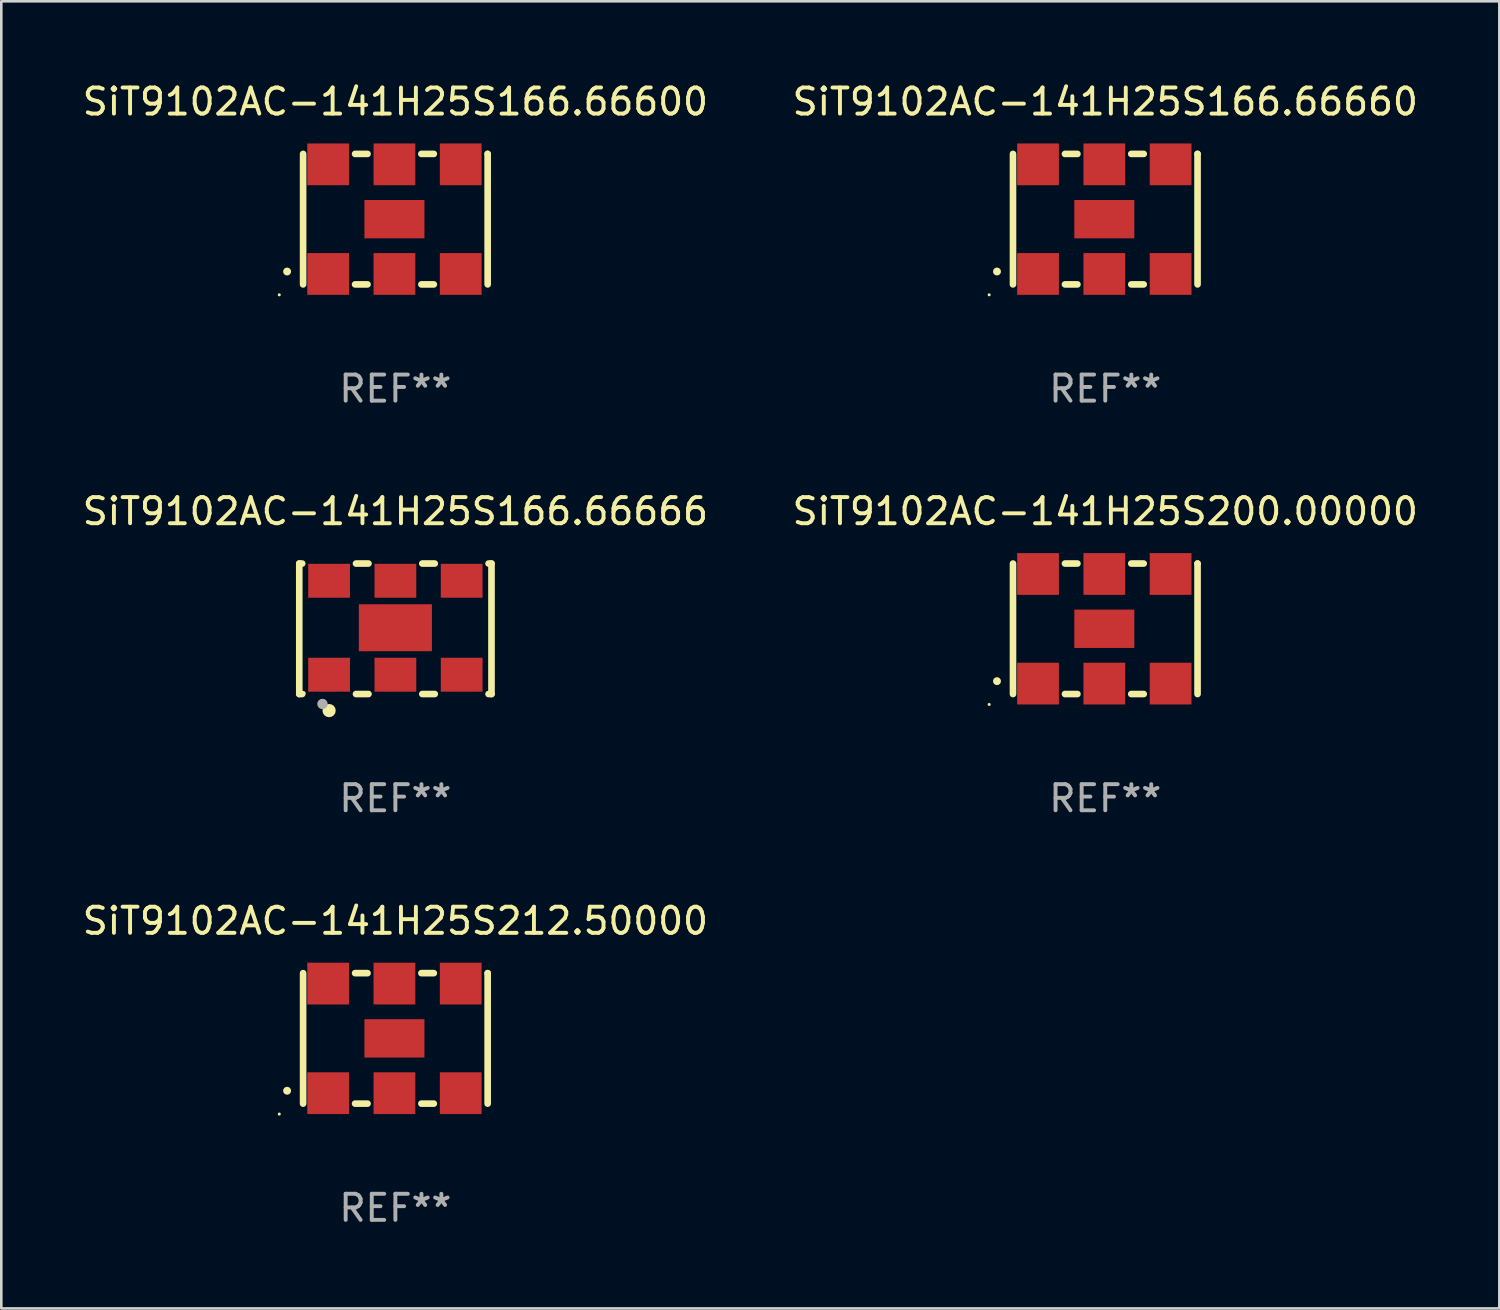
<source format=kicad_pcb>
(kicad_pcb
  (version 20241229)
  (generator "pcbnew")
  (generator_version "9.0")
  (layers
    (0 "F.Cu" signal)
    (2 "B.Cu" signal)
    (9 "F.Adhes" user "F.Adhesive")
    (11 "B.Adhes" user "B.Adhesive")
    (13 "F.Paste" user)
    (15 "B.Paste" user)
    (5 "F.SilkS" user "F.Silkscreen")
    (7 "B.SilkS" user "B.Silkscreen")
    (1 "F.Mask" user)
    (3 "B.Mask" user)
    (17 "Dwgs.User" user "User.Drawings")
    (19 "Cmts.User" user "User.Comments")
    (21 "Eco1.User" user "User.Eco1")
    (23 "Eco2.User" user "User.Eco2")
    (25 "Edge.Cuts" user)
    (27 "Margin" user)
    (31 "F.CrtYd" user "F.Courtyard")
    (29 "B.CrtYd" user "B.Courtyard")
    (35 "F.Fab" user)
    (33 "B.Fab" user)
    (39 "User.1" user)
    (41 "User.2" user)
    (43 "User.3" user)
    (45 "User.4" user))
  (footprint "SiT9102AC-141H25S166.66666"
    (layer "F.Cu")
    (at 12.101 21.045)
    (property "Reference" "SiT9102AC-141H25S166.66666" (at 0 -4.5 0) (layer "F.SilkS") (effects (font (size 1 1) (thickness 0.15))))
    (attr through_hole)
    (fp_line (start -3.683 -2.5) (end -3.571 -2.5) (stroke (width 0.254) (type solid)) (layer "F.SilkS"))
    (fp_line (start -3.683 2.5) (end -3.683 -2.5) (stroke (width 0.254) (type solid)) (layer "F.SilkS"))
    (fp_line (start -3.683 2.5) (end -3.571 2.5) (stroke (width 0.254) (type solid)) (layer "F.SilkS"))
    (fp_line (start -1.509 -2.5) (end -1.031 -2.5) (stroke (width 0.254) (type solid)) (layer "F.SilkS"))
    (fp_line (start -1.509 2.5) (end -1.031 2.5) (stroke (width 0.254) (type solid)) (layer "F.SilkS"))
    (fp_line (start 1.031 -2.5) (end 1.509 -2.5) (stroke (width 0.254) (type solid)) (layer "F.SilkS"))
    (fp_line (start 1.031 2.5) (end 1.509 2.5) (stroke (width 0.254) (type solid)) (layer "F.SilkS"))
    (fp_line (start 3.571 -2.5) (end 3.683 -2.5) (stroke (width 0.254) (type solid)) (layer "F.SilkS"))
    (fp_line (start 3.571 2.5) (end 3.683 2.5) (stroke (width 0.254) (type solid)) (layer "F.SilkS"))
    (fp_line (start 3.683 2.5) (end 3.683 -2.5) (stroke (width 0.254) (type solid)) (layer "F.SilkS"))
    (fp_circle (center -3.5 2.46) (end -3.47 2.46) (stroke (width 0.06) (type solid)) (fill no) (layer "F.SilkS"))
    (fp_circle (center -2.54 3.135) (end -2.413 3.135) (stroke (width 0.254) (type solid)) (fill no) (layer "F.SilkS"))
    (fp_circle (center -2.794 2.881) (end -2.694 2.881) (stroke (width 0.2) (type solid)) (fill no) (layer "F.Fab"))
    (fp_text user "REF**" (at 0 6.5 0) (layer "F.Fab") (effects (font (size 1 1) (thickness 0.15))))
    (pad "1" smd rect (at -2.54 1.76) (size 1.6 1.3) (layers "F.Cu" "F.Mask" "F.Paste"))
    (pad "2" smd rect (at 0 1.76) (size 1.6 1.3) (layers "F.Cu" "F.Mask" "F.Paste"))
    (pad "3" smd rect (at 2.54 1.76) (size 1.6 1.3) (layers "F.Cu" "F.Mask" "F.Paste"))
    (pad "4" smd rect (at 2.54 -1.84) (size 1.6 1.3) (layers "F.Cu" "F.Mask" "F.Paste"))
    (pad "5" smd rect (at 0 -1.84) (size 1.6 1.3) (layers "F.Cu" "F.Mask" "F.Paste"))
    (pad "6" smd rect (at -2.54 -1.84) (size 1.6 1.3) (layers "F.Cu" "F.Mask" "F.Paste"))
    (pad "7" smd rect (at 0 -0.04) (size 2.8 1.8) (layers "F.Cu" "F.Mask" "F.Paste")))
  (footprint "SiT9102AC-141H25S166.66600"
    (layer "F.Cu")
    (at 12.101 5.348)
    (property "Reference" "SiT9102AC-141H25S166.66600" (at 0 -4.5 0) (layer "F.SilkS") (effects (font (size 1 1) (thickness 0.15))))
    (attr through_hole)
    (fp_line (start -3.536 -2.5) (end -3.536 2.5) (stroke (width 0.254) (type solid)) (layer "F.SilkS"))
    (fp_line (start -1.544 2.5) (end -1.067 2.5) (stroke (width 0.254) (type solid)) (layer "F.SilkS"))
    (fp_line (start -1.067 -2.5) (end -1.544 -2.5) (stroke (width 0.254) (type solid)) (layer "F.SilkS"))
    (fp_line (start 0.996 2.5) (end 1.473 2.5) (stroke (width 0.254) (type solid)) (layer "F.SilkS"))
    (fp_line (start 1.473 -2.5) (end 0.996 -2.5) (stroke (width 0.254) (type solid)) (layer "F.SilkS"))
    (fp_line (start 3.536 -2.5) (end 3.536 -2.5) (stroke (width 0.254) (type solid)) (layer "F.SilkS"))
    (fp_line (start 3.536 2.5) (end 3.536 -2.5) (stroke (width 0.254) (type solid)) (layer "F.SilkS"))
    (fp_arc (start -4.150432 2.006604) (mid -4.149162 2.006599) (end -4.147892 2.006604) (stroke (width 0.3) (type solid)) (layer "F.SilkS"))
    (fp_circle (center -4.449 2.9) (end -4.419 2.9) (stroke (width 0.06) (type solid)) (fill no) (layer "F.SilkS"))
    (fp_text user "REF**" (at 0 6.5 0) (layer "F.Fab") (effects (font (size 1 1) (thickness 0.15))))
    (pad "1" smd rect (at -2.576 2.1) (size 1.6 1.6) (layers "F.Cu" "F.Mask" "F.Paste"))
    (pad "2" smd rect (at -0.036 2.1) (size 1.6 1.6) (layers "F.Cu" "F.Mask" "F.Paste"))
    (pad "3" smd rect (at 2.504 2.1) (size 1.6 1.6) (layers "F.Cu" "F.Mask" "F.Paste"))
    (pad "4" smd rect (at 2.504 -2.1) (size 1.6 1.6) (layers "F.Cu" "F.Mask" "F.Paste"))
    (pad "5" smd rect (at -0.036 -2.1) (size 1.6 1.6) (layers "F.Cu" "F.Mask" "F.Paste"))
    (pad "6" smd rect (at -2.576 -2.1) (size 1.6 1.6) (layers "F.Cu" "F.Mask" "F.Paste"))
    (pad "7" smd rect (at -0.036 0) (size 2.3 1.47) (layers "F.Cu" "F.Mask" "F.Paste")))
  (footprint "SiT9102AC-141H25S212.50000"
    (layer "F.Cu")
    (at 12.101 36.741)
    (property "Reference" "SiT9102AC-141H25S212.50000" (at 0 -4.5 0) (layer "F.SilkS") (effects (font (size 1 1) (thickness 0.15))))
    (attr through_hole)
    (fp_line (start -3.536 -2.5) (end -3.536 2.5) (stroke (width 0.254) (type solid)) (layer "F.SilkS"))
    (fp_line (start -1.544 2.5) (end -1.067 2.5) (stroke (width 0.254) (type solid)) (layer "F.SilkS"))
    (fp_line (start -1.067 -2.5) (end -1.544 -2.5) (stroke (width 0.254) (type solid)) (layer "F.SilkS"))
    (fp_line (start 0.996 2.5) (end 1.473 2.5) (stroke (width 0.254) (type solid)) (layer "F.SilkS"))
    (fp_line (start 1.473 -2.5) (end 0.996 -2.5) (stroke (width 0.254) (type solid)) (layer "F.SilkS"))
    (fp_line (start 3.536 -2.5) (end 3.536 -2.5) (stroke (width 0.254) (type solid)) (layer "F.SilkS"))
    (fp_line (start 3.536 2.5) (end 3.536 -2.5) (stroke (width 0.254) (type solid)) (layer "F.SilkS"))
    (fp_arc (start -4.150432 2.006604) (mid -4.149162 2.006599) (end -4.147892 2.006604) (stroke (width 0.3) (type solid)) (layer "F.SilkS"))
    (fp_circle (center -4.449 2.9) (end -4.419 2.9) (stroke (width 0.06) (type solid)) (fill no) (layer "F.SilkS"))
    (fp_text user "REF**" (at 0 6.5 0) (layer "F.Fab") (effects (font (size 1 1) (thickness 0.15))))
    (pad "1" smd rect (at -2.576 2.1) (size 1.6 1.6) (layers "F.Cu" "F.Mask" "F.Paste"))
    (pad "2" smd rect (at -0.036 2.1) (size 1.6 1.6) (layers "F.Cu" "F.Mask" "F.Paste"))
    (pad "3" smd rect (at 2.504 2.1) (size 1.6 1.6) (layers "F.Cu" "F.Mask" "F.Paste"))
    (pad "4" smd rect (at 2.504 -2.1) (size 1.6 1.6) (layers "F.Cu" "F.Mask" "F.Paste"))
    (pad "5" smd rect (at -0.036 -2.1) (size 1.6 1.6) (layers "F.Cu" "F.Mask" "F.Paste"))
    (pad "6" smd rect (at -2.576 -2.1) (size 1.6 1.6) (layers "F.Cu" "F.Mask" "F.Paste"))
    (pad "7" smd rect (at -0.036 0) (size 2.3 1.47) (layers "F.Cu" "F.Mask" "F.Paste")))
  (footprint "SiT9102AC-141H25S200.00000"
    (layer "F.Cu")
    (at 39.304 21.045)
    (property "Reference" "SiT9102AC-141H25S200.00000" (at 0 -4.5 0) (layer "F.SilkS") (effects (font (size 1 1) (thickness 0.15))))
    (attr through_hole)
    (fp_line (start -3.536 -2.5) (end -3.536 2.5) (stroke (width 0.254) (type solid)) (layer "F.SilkS"))
    (fp_line (start -1.544 2.5) (end -1.067 2.5) (stroke (width 0.254) (type solid)) (layer "F.SilkS"))
    (fp_line (start -1.067 -2.5) (end -1.544 -2.5) (stroke (width 0.254) (type solid)) (layer "F.SilkS"))
    (fp_line (start 0.996 2.5) (end 1.473 2.5) (stroke (width 0.254) (type solid)) (layer "F.SilkS"))
    (fp_line (start 1.473 -2.5) (end 0.996 -2.5) (stroke (width 0.254) (type solid)) (layer "F.SilkS"))
    (fp_line (start 3.536 -2.5) (end 3.536 -2.5) (stroke (width 0.254) (type solid)) (layer "F.SilkS"))
    (fp_line (start 3.536 2.5) (end 3.536 -2.5) (stroke (width 0.254) (type solid)) (layer "F.SilkS"))
    (fp_arc (start -4.150432 2.006604) (mid -4.149162 2.006599) (end -4.147892 2.006604) (stroke (width 0.3) (type solid)) (layer "F.SilkS"))
    (fp_circle (center -4.449 2.9) (end -4.419 2.9) (stroke (width 0.06) (type solid)) (fill no) (layer "F.SilkS"))
    (fp_text user "REF**" (at 0 6.5 0) (layer "F.Fab") (effects (font (size 1 1) (thickness 0.15))))
    (pad "1" smd rect (at -2.576 2.1) (size 1.6 1.6) (layers "F.Cu" "F.Mask" "F.Paste"))
    (pad "2" smd rect (at -0.036 2.1) (size 1.6 1.6) (layers "F.Cu" "F.Mask" "F.Paste"))
    (pad "3" smd rect (at 2.504 2.1) (size 1.6 1.6) (layers "F.Cu" "F.Mask" "F.Paste"))
    (pad "4" smd rect (at 2.504 -2.1) (size 1.6 1.6) (layers "F.Cu" "F.Mask" "F.Paste"))
    (pad "5" smd rect (at -0.036 -2.1) (size 1.6 1.6) (layers "F.Cu" "F.Mask" "F.Paste"))
    (pad "6" smd rect (at -2.576 -2.1) (size 1.6 1.6) (layers "F.Cu" "F.Mask" "F.Paste"))
    (pad "7" smd rect (at -0.036 0) (size 2.3 1.47) (layers "F.Cu" "F.Mask" "F.Paste")))
  (footprint "SiT9102AC-141H25S166.66660"
    (layer "F.Cu")
    (at 39.304 5.348)
    (property "Reference" "SiT9102AC-141H25S166.66660" (at 0 -4.5 0) (layer "F.SilkS") (effects (font (size 1 1) (thickness 0.15))))
    (attr through_hole)
    (fp_line (start -3.536 -2.5) (end -3.536 2.5) (stroke (width 0.254) (type solid)) (layer "F.SilkS"))
    (fp_line (start -1.544 2.5) (end -1.067 2.5) (stroke (width 0.254) (type solid)) (layer "F.SilkS"))
    (fp_line (start -1.067 -2.5) (end -1.544 -2.5) (stroke (width 0.254) (type solid)) (layer "F.SilkS"))
    (fp_line (start 0.996 2.5) (end 1.473 2.5) (stroke (width 0.254) (type solid)) (layer "F.SilkS"))
    (fp_line (start 1.473 -2.5) (end 0.996 -2.5) (stroke (width 0.254) (type solid)) (layer "F.SilkS"))
    (fp_line (start 3.536 -2.5) (end 3.536 -2.5) (stroke (width 0.254) (type solid)) (layer "F.SilkS"))
    (fp_line (start 3.536 2.5) (end 3.536 -2.5) (stroke (width 0.254) (type solid)) (layer "F.SilkS"))
    (fp_arc (start -4.150432 2.006604) (mid -4.149162 2.006599) (end -4.147892 2.006604) (stroke (width 0.3) (type solid)) (layer "F.SilkS"))
    (fp_circle (center -4.449 2.9) (end -4.419 2.9) (stroke (width 0.06) (type solid)) (fill no) (layer "F.SilkS"))
    (fp_text user "REF**" (at 0 6.5 0) (layer "F.Fab") (effects (font (size 1 1) (thickness 0.15))))
    (pad "1" smd rect (at -2.576 2.1) (size 1.6 1.6) (layers "F.Cu" "F.Mask" "F.Paste"))
    (pad "2" smd rect (at -0.036 2.1) (size 1.6 1.6) (layers "F.Cu" "F.Mask" "F.Paste"))
    (pad "3" smd rect (at 2.504 2.1) (size 1.6 1.6) (layers "F.Cu" "F.Mask" "F.Paste"))
    (pad "4" smd rect (at 2.504 -2.1) (size 1.6 1.6) (layers "F.Cu" "F.Mask" "F.Paste"))
    (pad "5" smd rect (at -0.036 -2.1) (size 1.6 1.6) (layers "F.Cu" "F.Mask" "F.Paste"))
    (pad "6" smd rect (at -2.576 -2.1) (size 1.6 1.6) (layers "F.Cu" "F.Mask" "F.Paste"))
    (pad "7" smd rect (at -0.036 0) (size 2.3 1.47) (layers "F.Cu" "F.Mask" "F.Paste")))
  (gr_rect
    (start -3 -3)
    (end 54.405 47.09)
    (stroke (width 0.1) (type default))
    (fill no)
    (layer "Edge.Cuts")))
</source>
